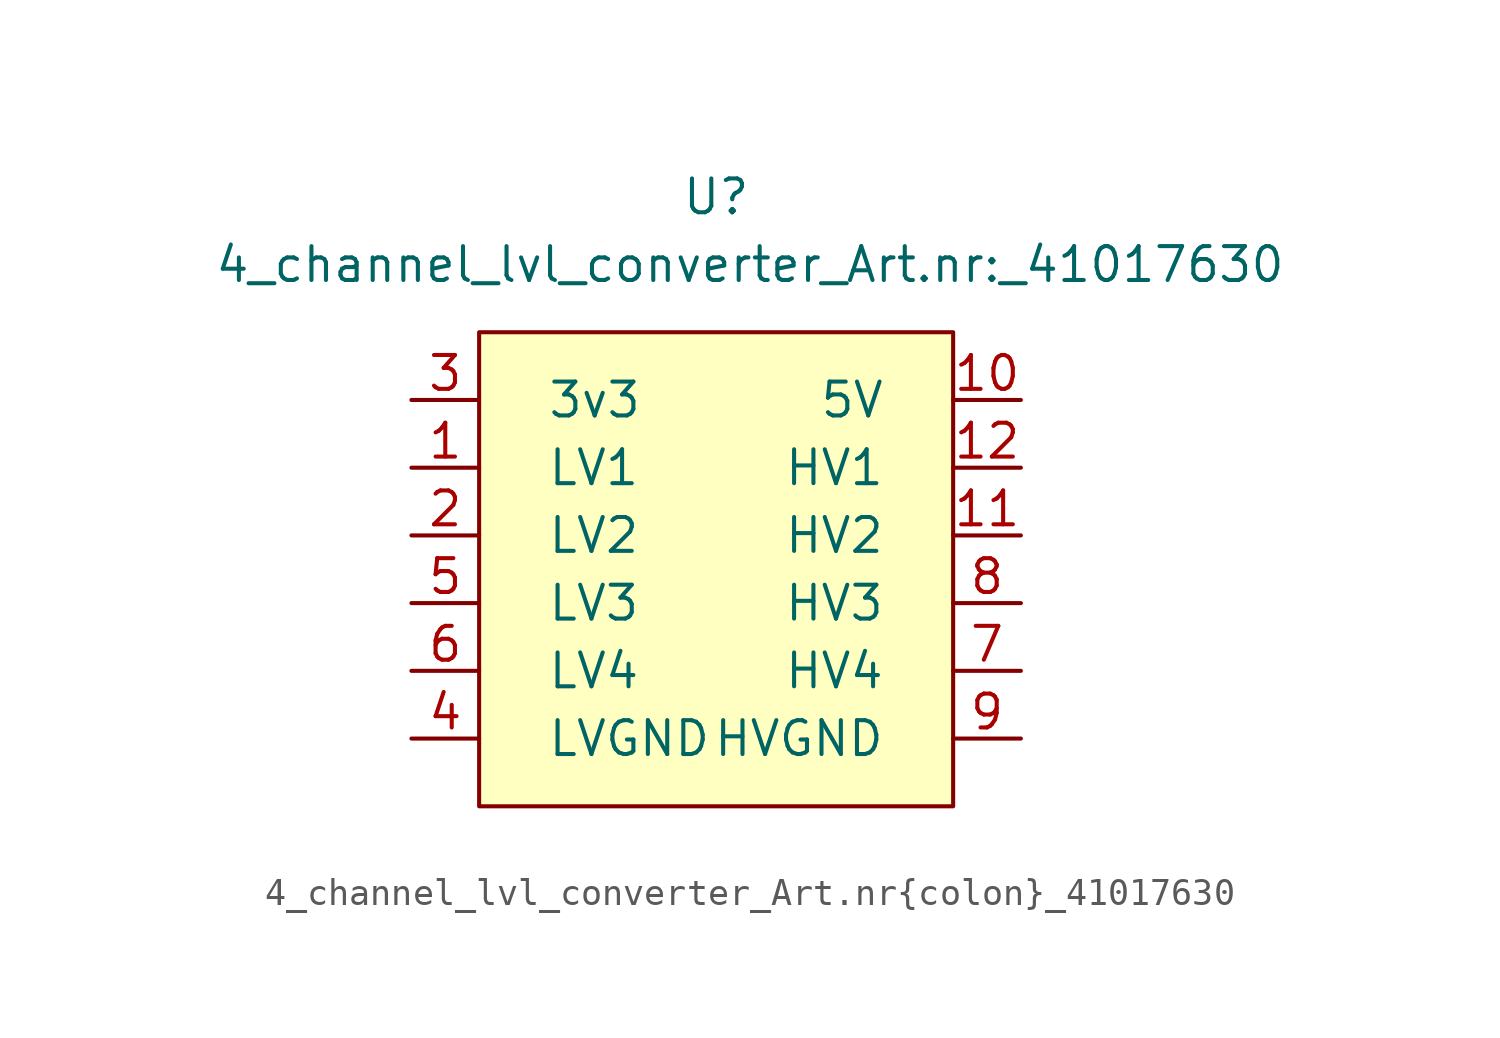
<source format=kicad_sym>
(kicad_symbol_lib
  (version 20211014)
  (generator kicad_symbol_editor)
  (symbol "4_channel_lvl_converter_Art.nr{colon}_41017630"
    (pin_names
      (offset 2.54))
    (property "Reference" "U"
      (at 0 13.97 0)
      (effects (font (size 1.27 1.27))))
    (property "Value" "4_channel_lvl_converter_Art.nr{colon}_41017630"
      (at 1.27 11.43 0)
      (effects (font (size 1.27 1.27))))
    (symbol "4_channel_lvl_converter_Art.nr{colon}_41017630_0_0"
      (pin bidirectional line (at -11.43 3.81 0) (length 2.54) (name "LV1" (effects (font (size 1.27 1.27)))) (number "1" (effects (font (size 1.27 1.27)))))
      (pin power_in line (at 11.43 6.35 180) (length 2.54) (name "5V" (effects (font (size 1.27 1.27)))) (number "10" (effects (font (size 1.27 1.27)))))
      (pin bidirectional line (at 11.43 1.27 180) (length 2.54) (name "HV2" (effects (font (size 1.27 1.27)))) (number "11" (effects (font (size 1.27 1.27)))))
      (pin bidirectional line (at 11.43 3.81 180) (length 2.54) (name "HV1" (effects (font (size 1.27 1.27)))) (number "12" (effects (font (size 1.27 1.27)))))
      (pin bidirectional line (at -11.43 1.27 0) (length 2.54) (name "LV2" (effects (font (size 1.27 1.27)))) (number "2" (effects (font (size 1.27 1.27)))))
      (pin power_in line (at -11.43 6.35 0) (length 2.54) (name "3v3" (effects (font (size 1.27 1.27)))) (number "3" (effects (font (size 1.27 1.27)))))
      (pin passive line (at -11.43 -6.35 0) (length 2.54) (name "LVGND" (effects (font (size 1.27 1.27)))) (number "4" (effects (font (size 1.27 1.27)))))
      (pin bidirectional line (at -11.43 -1.27 0) (length 2.54) (name "LV3" (effects (font (size 1.27 1.27)))) (number "5" (effects (font (size 1.27 1.27)))))
      (pin bidirectional line (at -11.43 -3.81 0) (length 2.54) (name "LV4" (effects (font (size 1.27 1.27)))) (number "6" (effects (font (size 1.27 1.27)))))
      (pin bidirectional line (at 11.43 -3.81 180) (length 2.54) (name "HV4" (effects (font (size 1.27 1.27)))) (number "7" (effects (font (size 1.27 1.27)))))
      (pin bidirectional line (at 11.43 -1.27 180) (length 2.54) (name "HV3" (effects (font (size 1.27 1.27)))) (number "8" (effects (font (size 1.27 1.27)))))
      (pin passive line (at 11.43 -6.35 180) (length 2.54) (name "HVGND" (effects (font (size 1.27 1.27)))) (number "9" (effects (font (size 1.27 1.27))))))
    (symbol "4_channel_lvl_converter_Art.nr{colon}_41017630_0_1"
      (rectangle (start -8.89 8.89) (end 8.89 -8.89) (stroke (width 0) (type default) (color 0 0 0 0)) (fill (type background))))))
</source>
